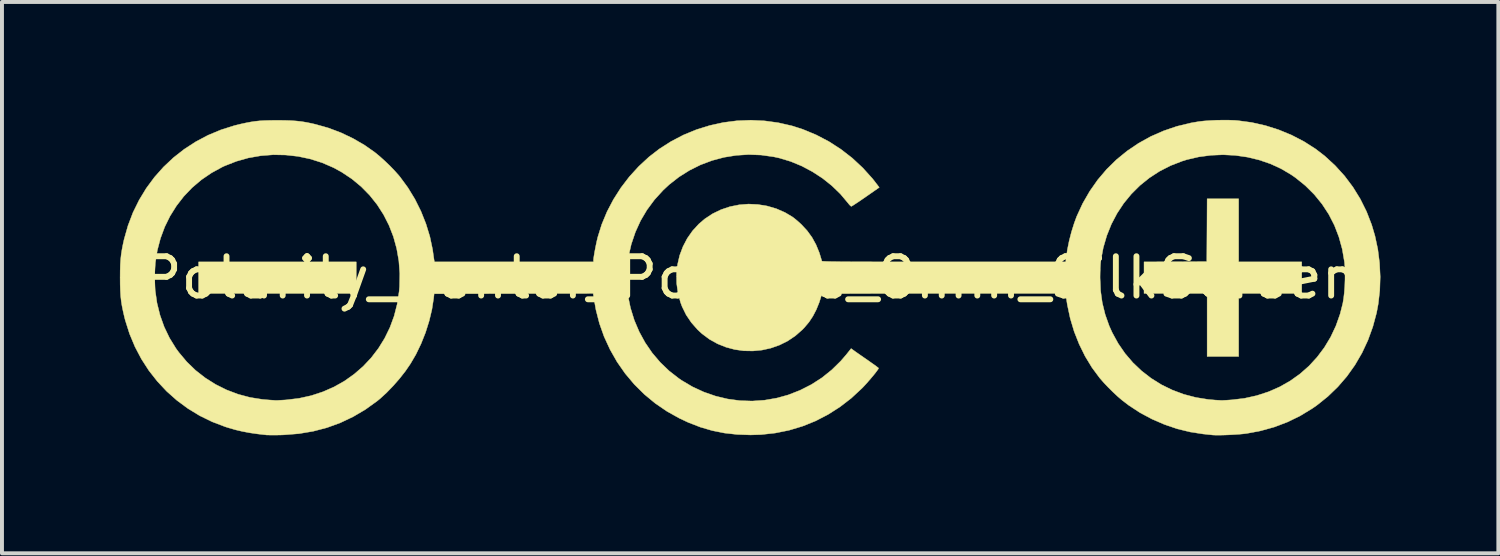
<source format=kicad_pcb>
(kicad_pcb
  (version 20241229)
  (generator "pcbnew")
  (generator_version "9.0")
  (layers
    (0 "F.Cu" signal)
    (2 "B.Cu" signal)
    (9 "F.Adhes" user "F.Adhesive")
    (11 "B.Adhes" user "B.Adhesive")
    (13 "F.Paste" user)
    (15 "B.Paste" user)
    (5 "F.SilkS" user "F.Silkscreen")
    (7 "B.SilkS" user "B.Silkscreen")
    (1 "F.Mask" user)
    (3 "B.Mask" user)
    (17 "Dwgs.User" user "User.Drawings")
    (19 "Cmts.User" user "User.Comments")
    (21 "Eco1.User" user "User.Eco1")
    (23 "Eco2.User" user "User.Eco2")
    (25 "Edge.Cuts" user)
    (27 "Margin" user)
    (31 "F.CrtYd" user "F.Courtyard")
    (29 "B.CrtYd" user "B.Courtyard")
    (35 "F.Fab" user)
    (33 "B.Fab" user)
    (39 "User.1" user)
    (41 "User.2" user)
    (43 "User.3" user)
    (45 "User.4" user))
  (footprint "Polarity_Center_Positive_8mm_SilkScreen"
    (layer "F.Cu")
    (at 16.021 4.012)
    (property "Reference" "Polarity_Center_Positive_8mm_SilkScreen" (at 0 0 0) (layer "F.SilkS") (effects (font (size 1 1) (thickness 0.15))))
    (attr board_only exclude_from_pos_files exclude_from_bom allow_missing_courtyard)
    (fp_poly (pts (xy -10.01 0.401) (xy -14.02 0.401) (xy -14.02 -0.401) (xy -10.01 -0.401) (xy -10.01 0.401)) (stroke (width 0.01) (type solid)) (fill yes) (layer "F.SilkS"))
    (fp_poly (pts (xy 12.433 -0.401) (xy 14.037 -0.401) (xy 14.037 0.401) (xy 12.433 0.401) (xy 12.433 2.005) (xy 11.631 2.005) (xy 11.631 0.401) (xy 10.026 0.401) (xy 10.026 -0.401) (xy 10.824 -0.405) (xy 11.622 -0.409) (xy 11.627 -1.207) (xy 11.631 -2.005) (xy 12.433 -2.005) (xy 12.433 -0.401)) (stroke (width 0.01) (type solid)) (fill yes) (layer "F.SilkS"))
    (fp_poly (pts (xy 12.193 -4.006) (xy 12.338 -4.001) (xy 12.409 -3.995) (xy 12.765 -3.947) (xy 13.115 -3.868) (xy 13.455 -3.76) (xy 13.783 -3.624) (xy 14.095 -3.462) (xy 14.388 -3.275) (xy 14.622 -3.095) (xy 14.886 -2.852) (xy 15.126 -2.588) (xy 15.34 -2.303) (xy 15.527 -2) (xy 15.686 -1.68) (xy 15.816 -1.345) (xy 15.9 -1.061) (xy 15.972 -0.723) (xy 16.016 -0.375) (xy 16.033 -0.023) (xy 16.022 0.326) (xy 15.983 0.666) (xy 15.941 0.892) (xy 15.845 1.249) (xy 15.721 1.591) (xy 15.569 1.916) (xy 15.39 2.223) (xy 15.185 2.511) (xy 14.954 2.778) (xy 14.699 3.024) (xy 14.42 3.247) (xy 14.302 3.329) (xy 13.994 3.516) (xy 13.672 3.673) (xy 13.336 3.8) (xy 12.986 3.897) (xy 12.645 3.961) (xy 12.559 3.972) (xy 12.454 3.982) (xy 12.335 3.99) (xy 12.21 3.997) (xy 12.087 4.002) (xy 11.971 4.005) (xy 11.871 4.006) (xy 11.794 4.003) (xy 11.764 4.001) (xy 11.723 3.996) (xy 11.658 3.99) (xy 11.581 3.981) (xy 11.53 3.976) (xy 11.2 3.925) (xy 10.869 3.844) (xy 10.543 3.733) (xy 10.226 3.596) (xy 9.922 3.433) (xy 9.638 3.247) (xy 9.467 3.116) (xy 9.357 3.022) (xy 9.238 2.911) (xy 9.117 2.791) (xy 9.004 2.672) (xy 8.908 2.562) (xy 8.896 2.548) (xy 8.701 2.285) (xy 8.527 1.998) (xy 8.376 1.691) (xy 8.249 1.37) (xy 8.149 1.036) (xy 8.076 0.695) (xy 8.062 0.606) (xy 8.032 0.401) (xy 4.934 0.401) (xy 4.543 0.401) (xy 4.184 0.401) (xy 3.856 0.401) (xy 3.557 0.402) (xy 3.287 0.402) (xy 3.045 0.403) (xy 2.829 0.403) (xy 2.638 0.404) (xy 2.47 0.405) (xy 2.325 0.406) (xy 2.201 0.408) (xy 2.098 0.409) (xy 2.013 0.411) (xy 1.946 0.412) (xy 1.896 0.414) (xy 1.861 0.417) (xy 1.839 0.419) (xy 1.831 0.422) (xy 1.831 0.422) (xy 1.764 0.633) (xy 1.689 0.817) (xy 1.604 0.98) (xy 1.506 1.128) (xy 1.39 1.266) (xy 1.338 1.321) (xy 1.158 1.479) (xy 0.962 1.611) (xy 0.753 1.715) (xy 0.534 1.792) (xy 0.308 1.842) (xy 0.078 1.864) (xy -0.153 1.86) (xy -0.382 1.828) (xy -0.606 1.768) (xy -0.821 1.682) (xy -1.026 1.568) (xy -1.215 1.427) (xy -1.326 1.325) (xy -1.488 1.141) (xy -1.619 0.947) (xy -1.721 0.74) (xy -1.763 0.628) (xy -1.828 0.387) (xy -1.861 0.144) (xy -1.863 0.006) (xy 8.907 0.006) (xy 8.921 0.329) (xy 8.964 0.638) (xy 9.037 0.935) (xy 9.14 1.226) (xy 9.216 1.395) (xy 9.367 1.671) (xy 9.543 1.927) (xy 9.743 2.161) (xy 9.965 2.372) (xy 10.207 2.559) (xy 10.468 2.722) (xy 10.746 2.858) (xy 11.038 2.967) (xy 11.344 3.047) (xy 11.661 3.098) (xy 11.848 3.114) (xy 11.908 3.117) (xy 11.961 3.12) (xy 11.981 3.122) (xy 12.013 3.122) (xy 12.071 3.119) (xy 12.146 3.115) (xy 12.233 3.109) (xy 12.252 3.108) (xy 12.58 3.069) (xy 12.895 2.999) (xy 13.195 2.901) (xy 13.479 2.776) (xy 13.746 2.624) (xy 13.994 2.447) (xy 14.222 2.246) (xy 14.428 2.022) (xy 14.612 1.777) (xy 14.772 1.511) (xy 14.906 1.227) (xy 15.013 0.924) (xy 15.082 0.652) (xy 15.103 0.526) (xy 15.12 0.377) (xy 15.132 0.213) (xy 15.138 0.044) (xy 15.139 -0.121) (xy 15.134 -0.273) (xy 15.124 -0.397) (xy 15.068 -0.724) (xy 14.982 -1.036) (xy 14.868 -1.332) (xy 14.725 -1.611) (xy 14.554 -1.872) (xy 14.356 -2.115) (xy 14.131 -2.339) (xy 13.88 -2.542) (xy 13.769 -2.619) (xy 13.514 -2.77) (xy 13.24 -2.896) (xy 12.953 -2.994) (xy 12.654 -3.066) (xy 12.348 -3.11) (xy 12.038 -3.126) (xy 11.727 -3.113) (xy 11.419 -3.072) (xy 11.117 -3.002) (xy 10.996 -2.964) (xy 10.699 -2.849) (xy 10.42 -2.706) (xy 10.16 -2.537) (xy 9.921 -2.344) (xy 9.704 -2.128) (xy 9.51 -1.892) (xy 9.34 -1.635) (xy 9.196 -1.361) (xy 9.079 -1.07) (xy 8.99 -0.765) (xy 8.93 -0.446) (xy 8.924 -0.401) (xy 8.918 -0.333) (xy 8.913 -0.241) (xy 8.909 -0.137) (xy 8.907 -0.03) (xy 8.907 0.006) (xy -1.863 0.006) (xy -1.864 -0.098) (xy -1.838 -0.336) (xy -1.784 -0.568) (xy -1.701 -0.789) (xy -1.592 -0.998) (xy -1.457 -1.191) (xy -1.296 -1.366) (xy -1.148 -1.493) (xy -0.947 -1.626) (xy -0.732 -1.73) (xy -0.506 -1.806) (xy -0.272 -1.853) (xy -0.034 -1.872) (xy 0.205 -1.861) (xy 0.442 -1.822) (xy 0.672 -1.755) (xy 0.894 -1.658) (xy 1.078 -1.549) (xy 1.133 -1.508) (xy 1.201 -1.452) (xy 1.272 -1.389) (xy 1.316 -1.348) (xy 1.46 -1.192) (xy 1.582 -1.024) (xy 1.683 -0.84) (xy 1.767 -0.635) (xy 1.832 -0.422) (xy 1.838 -0.419) (xy 1.858 -0.417) (xy 1.891 -0.415) (xy 1.94 -0.413) (xy 2.004 -0.411) (xy 2.087 -0.409) (xy 2.188 -0.408) (xy 2.309 -0.406) (xy 2.451 -0.405) (xy 2.616 -0.404) (xy 2.804 -0.404) (xy 3.017 -0.403) (xy 3.257 -0.402) (xy 3.523 -0.402) (xy 3.818 -0.401) (xy 4.142 -0.401) (xy 4.498 -0.401) (xy 4.885 -0.401) (xy 8.034 -0.401) (xy 8.046 -0.505) (xy 8.077 -0.715) (xy 8.123 -0.94) (xy 8.182 -1.168) (xy 8.251 -1.388) (xy 8.315 -1.561) (xy 8.467 -1.89) (xy 8.646 -2.2) (xy 8.849 -2.489) (xy 9.076 -2.757) (xy 9.326 -3.002) (xy 9.597 -3.223) (xy 9.887 -3.419) (xy 10.195 -3.59) (xy 10.521 -3.733) (xy 10.861 -3.849) (xy 11.216 -3.935) (xy 11.419 -3.97) (xy 11.547 -3.985) (xy 11.699 -3.996) (xy 11.863 -4.004) (xy 12.031 -4.007) (xy 12.193 -4.006)) (stroke (width 0.01) (type solid)) (fill yes) (layer "F.SilkS"))
    (fp_poly (pts (xy 0.378 -3.988) (xy 0.727 -3.94) (xy 1.073 -3.861) (xy 1.345 -3.774) (xy 1.685 -3.633) (xy 2.01 -3.463) (xy 2.317 -3.265) (xy 2.606 -3.041) (xy 2.875 -2.79) (xy 3.122 -2.516) (xy 3.247 -2.355) (xy 3.292 -2.295) (xy 2.946 -2.054) (xy 2.85 -1.988) (xy 2.764 -1.929) (xy 2.689 -1.88) (xy 2.631 -1.842) (xy 2.593 -1.819) (xy 2.58 -1.813) (xy 2.561 -1.826) (xy 2.529 -1.858) (xy 2.493 -1.903) (xy 2.303 -2.129) (xy 2.087 -2.338) (xy 1.849 -2.528) (xy 1.592 -2.695) (xy 1.322 -2.839) (xy 1.041 -2.955) (xy 0.754 -3.042) (xy 0.608 -3.074) (xy 0.288 -3.119) (xy -0.031 -3.131) (xy -0.346 -3.111) (xy -0.657 -3.061) (xy -0.96 -2.98) (xy -1.253 -2.87) (xy -1.534 -2.73) (xy -1.8 -2.563) (xy -2.05 -2.368) (xy -2.206 -2.223) (xy -2.426 -1.981) (xy -2.617 -1.723) (xy -2.779 -1.449) (xy -2.911 -1.159) (xy -3.015 -0.852) (xy -3.089 -0.529) (xy -3.102 -0.451) (xy -3.117 -0.322) (xy -3.126 -0.172) (xy -3.13 -0.01) (xy -3.127 0.153) (xy -3.119 0.305) (xy -3.104 0.436) (xy -3.102 0.449) (xy -3.035 0.771) (xy -2.939 1.081) (xy -2.814 1.375) (xy -2.662 1.653) (xy -2.484 1.913) (xy -2.28 2.153) (xy -2.053 2.371) (xy -1.802 2.566) (xy -1.738 2.61) (xy -1.459 2.775) (xy -1.169 2.909) (xy -0.869 3.013) (xy -0.563 3.086) (xy -0.251 3.128) (xy 0.062 3.138) (xy 0.377 3.116) (xy 0.689 3.062) (xy 0.977 2.982) (xy 1.279 2.864) (xy 1.566 2.718) (xy 1.835 2.545) (xy 2.085 2.344) (xy 2.314 2.119) (xy 2.452 1.959) (xy 2.576 1.803) (xy 2.654 1.859) (xy 2.693 1.887) (xy 2.753 1.929) (xy 2.829 1.982) (xy 2.914 2.041) (xy 3.004 2.103) (xy 3.087 2.162) (xy 3.16 2.213) (xy 3.218 2.256) (xy 3.258 2.286) (xy 3.275 2.301) (xy 3.275 2.302) (xy 3.265 2.325) (xy 3.235 2.367) (xy 3.191 2.426) (xy 3.135 2.495) (xy 3.071 2.571) (xy 3.004 2.648) (xy 2.937 2.723) (xy 2.874 2.791) (xy 2.85 2.815) (xy 2.579 3.066) (xy 2.291 3.288) (xy 1.988 3.481) (xy 1.671 3.645) (xy 1.34 3.778) (xy 0.998 3.881) (xy 0.646 3.952) (xy 0.284 3.992) (xy 0.017 4) (xy -0.324 3.988) (xy -0.646 3.952) (xy -0.956 3.89) (xy -1.259 3.801) (xy -1.562 3.684) (xy -1.792 3.576) (xy -2.109 3.399) (xy -2.407 3.195) (xy -2.684 2.966) (xy -2.939 2.713) (xy -3.171 2.437) (xy -3.377 2.141) (xy -3.556 1.826) (xy -3.707 1.498) (xy -3.825 1.165) (xy -3.913 0.823) (xy -3.947 0.634) (xy -3.985 0.401) (xy -8.029 0.409) (xy -8.042 0.526) (xy -8.086 0.81) (xy -8.156 1.102) (xy -8.248 1.395) (xy -8.362 1.681) (xy -8.493 1.953) (xy -8.631 2.189) (xy -8.76 2.377) (xy -8.909 2.567) (xy -9.07 2.751) (xy -9.236 2.923) (xy -9.401 3.074) (xy -9.48 3.139) (xy -9.779 3.354) (xy -10.092 3.538) (xy -10.417 3.692) (xy -10.755 3.815) (xy -11.106 3.907) (xy -11.47 3.968) (xy -11.846 3.998) (xy -11.923 4.001) (xy -12.025 4.003) (xy -12.12 4.003) (xy -12.201 4.003) (xy -12.262 4.002) (xy -12.291 4.001) (xy -12.517 3.975) (xy -12.719 3.946) (xy -12.904 3.911) (xy -13.08 3.87) (xy -13.257 3.819) (xy -13.343 3.792) (xy -13.676 3.665) (xy -13.993 3.51) (xy -14.292 3.328) (xy -14.572 3.121) (xy -14.832 2.89) (xy -15.07 2.636) (xy -15.285 2.362) (xy -15.475 2.068) (xy -15.639 1.756) (xy -15.776 1.428) (xy -15.885 1.085) (xy -15.907 0.999) (xy -15.941 0.851) (xy -15.968 0.719) (xy -15.988 0.593) (xy -16.002 0.467) (xy -16.01 0.331) (xy -16.015 0.178) (xy -16.016 0) (xy -16.016 -0.008) (xy -15.14 -0.008) (xy -15.124 0.324) (xy -15.078 0.645) (xy -15.001 0.955) (xy -14.895 1.252) (xy -14.759 1.535) (xy -14.594 1.802) (xy -14.523 1.899) (xy -14.321 2.14) (xy -14.097 2.357) (xy -13.851 2.549) (xy -13.588 2.715) (xy -13.309 2.854) (xy -13.016 2.965) (xy -12.712 3.046) (xy -12.399 3.096) (xy -12.274 3.107) (xy -12.196 3.113) (xy -12.127 3.117) (xy -12.077 3.121) (xy -12.057 3.122) (xy -12.028 3.122) (xy -11.974 3.119) (xy -11.9 3.115) (xy -11.815 3.11) (xy -11.79 3.108) (xy -11.465 3.069) (xy -11.153 3) (xy -10.856 2.902) (xy -10.574 2.778) (xy -10.308 2.628) (xy -10.062 2.453) (xy -9.835 2.256) (xy -9.63 2.038) (xy -9.447 1.799) (xy -9.288 1.542) (xy -9.154 1.267) (xy -9.047 0.977) (xy -8.969 0.672) (xy -8.92 0.354) (xy -8.909 0.226) (xy -8.903 -0.105) (xy -8.927 -0.428) (xy -8.982 -0.741) (xy -9.065 -1.042) (xy -9.177 -1.33) (xy -9.315 -1.602) (xy -9.48 -1.859) (xy -9.67 -2.097) (xy -9.884 -2.315) (xy -10.122 -2.512) (xy -10.382 -2.685) (xy -10.586 -2.797) (xy -10.877 -2.923) (xy -11.179 -3.019) (xy -11.49 -3.085) (xy -11.805 -3.12) (xy -12.123 -3.126) (xy -12.44 -3.101) (xy -12.753 -3.046) (xy -13.058 -2.96) (xy -13.354 -2.844) (xy -13.415 -2.816) (xy -13.693 -2.664) (xy -13.951 -2.488) (xy -14.186 -2.288) (xy -14.397 -2.067) (xy -14.584 -1.825) (xy -14.746 -1.566) (xy -14.882 -1.29) (xy -14.99 -0.999) (xy -15.07 -0.694) (xy -15.12 -0.378) (xy -15.139 -0.052) (xy -15.14 -0.008) (xy -16.016 -0.008) (xy -16.015 -0.178) (xy -16.011 -0.331) (xy -16.002 -0.466) (xy -15.988 -0.593) (xy -15.968 -0.719) (xy -15.942 -0.852) (xy -15.914 -0.978) (xy -15.815 -1.326) (xy -15.688 -1.659) (xy -15.532 -1.975) (xy -15.35 -2.275) (xy -15.143 -2.555) (xy -14.913 -2.814) (xy -14.66 -3.052) (xy -14.386 -3.267) (xy -14.093 -3.457) (xy -13.782 -3.622) (xy -13.454 -3.759) (xy -13.11 -3.868) (xy -12.951 -3.907) (xy -12.813 -3.937) (xy -12.692 -3.96) (xy -12.578 -3.977) (xy -12.464 -3.989) (xy -12.343 -3.996) (xy -12.205 -4) (xy -12.044 -4.002) (xy -12.007 -4.002) (xy -11.828 -4) (xy -11.674 -3.995) (xy -11.536 -3.985) (xy -11.407 -3.971) (xy -11.278 -3.95) (xy -11.141 -3.922) (xy -11.047 -3.9) (xy -10.72 -3.808) (xy -10.399 -3.687) (xy -10.089 -3.539) (xy -9.795 -3.368) (xy -9.539 -3.188) (xy -9.418 -3.089) (xy -9.287 -2.971) (xy -9.155 -2.845) (xy -9.032 -2.717) (xy -8.925 -2.597) (xy -8.899 -2.565) (xy -8.698 -2.292) (xy -8.519 -1.999) (xy -8.365 -1.69) (xy -8.238 -1.371) (xy -8.138 -1.045) (xy -8.069 -0.718) (xy -8.055 -0.618) (xy -8.045 -0.548) (xy -8.036 -0.487) (xy -8.03 -0.446) (xy -8.028 -0.439) (xy -8.02 -0.401) (xy -3.977 -0.401) (xy -3.977 -0.441) (xy -3.974 -0.484) (xy -3.964 -0.552) (xy -3.95 -0.638) (xy -3.932 -0.734) (xy -3.912 -0.834) (xy -3.892 -0.928) (xy -3.872 -1.011) (xy -3.869 -1.026) (xy -3.766 -1.356) (xy -3.632 -1.678) (xy -3.469 -1.989) (xy -3.279 -2.287) (xy -3.064 -2.568) (xy -2.826 -2.829) (xy -2.567 -3.069) (xy -2.305 -3.272) (xy -2.003 -3.465) (xy -1.686 -3.63) (xy -1.358 -3.765) (xy -1.02 -3.87) (xy -0.676 -3.946) (xy -0.326 -3.991) (xy 0.026 -4.005) (xy 0.378 -3.988)) (stroke (width 0.01) (type solid)) (fill yes) (layer "F.SilkS")))
  (gr_rect
    (start -3 -3)
    (end 35.059 11.023)
    (stroke (width 0.1) (type default))
    (fill no)
    (layer "Edge.Cuts")))
</source>
